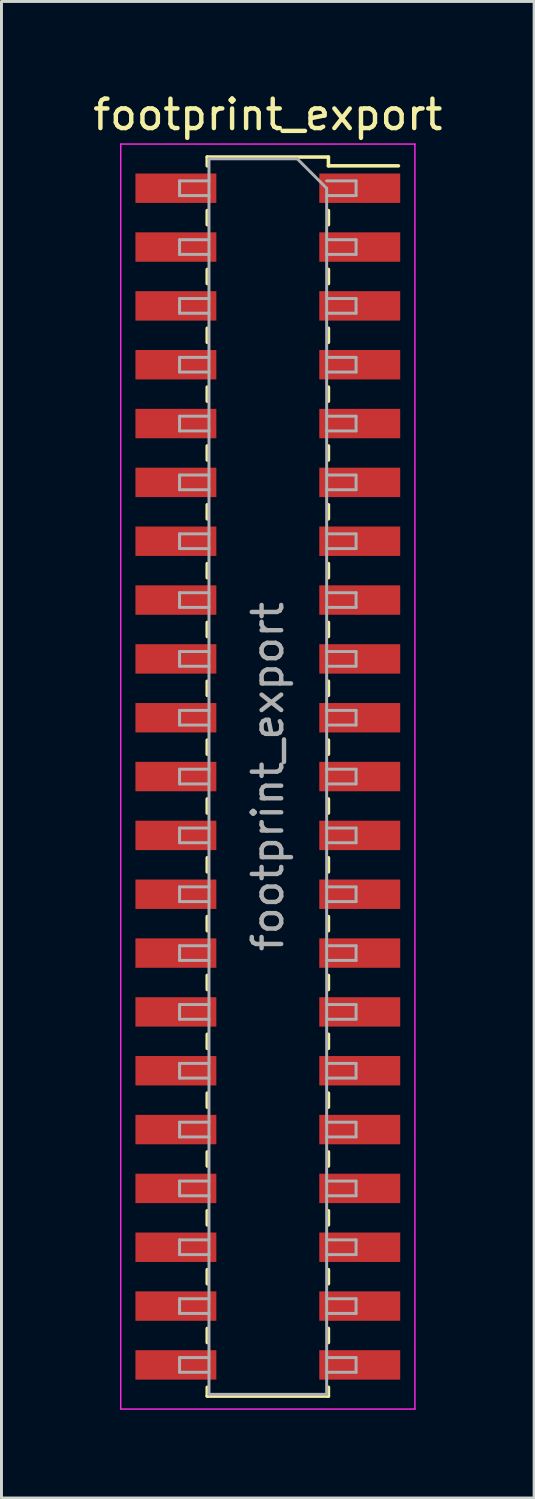
<source format=kicad_pcb>
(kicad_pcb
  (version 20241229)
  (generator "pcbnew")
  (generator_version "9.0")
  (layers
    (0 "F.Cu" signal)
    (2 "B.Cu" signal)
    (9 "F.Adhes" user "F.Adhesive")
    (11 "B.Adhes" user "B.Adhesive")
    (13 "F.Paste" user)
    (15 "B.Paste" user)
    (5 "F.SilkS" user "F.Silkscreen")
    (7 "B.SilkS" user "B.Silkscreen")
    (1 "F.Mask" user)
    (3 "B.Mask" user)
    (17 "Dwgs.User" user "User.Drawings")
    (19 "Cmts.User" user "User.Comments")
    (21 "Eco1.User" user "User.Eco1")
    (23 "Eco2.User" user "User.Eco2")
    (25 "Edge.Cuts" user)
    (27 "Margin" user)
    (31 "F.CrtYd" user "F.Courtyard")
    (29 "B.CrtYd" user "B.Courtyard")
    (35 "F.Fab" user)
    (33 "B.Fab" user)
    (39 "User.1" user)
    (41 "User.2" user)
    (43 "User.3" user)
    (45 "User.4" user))
  (footprint "footprint_export"
    (layer "F.Cu")
    (at 6.054 23.348)
    (property "Reference" "footprint_export" (at 0 -22.5 0) (layer "F.SilkS") (effects (font (size 1 1) (thickness 0.15))))
    (attr smd)
    (fp_line (start -2.06 -21.06) (end -2.06 -20.76) (stroke (width 0.12) (type solid)) (layer "F.SilkS"))
    (fp_line (start -2.06 -21.06) (end 2.06 -21.06) (stroke (width 0.12) (type solid)) (layer "F.SilkS"))
    (fp_line (start -2.06 -19.24) (end -2.06 -18.76) (stroke (width 0.12) (type solid)) (layer "F.SilkS"))
    (fp_line (start -2.06 -17.24) (end -2.06 -16.76) (stroke (width 0.12) (type solid)) (layer "F.SilkS"))
    (fp_line (start -2.06 -15.24) (end -2.06 -14.76) (stroke (width 0.12) (type solid)) (layer "F.SilkS"))
    (fp_line (start -2.06 -13.24) (end -2.06 -12.76) (stroke (width 0.12) (type solid)) (layer "F.SilkS"))
    (fp_line (start -2.06 -11.24) (end -2.06 -10.76) (stroke (width 0.12) (type solid)) (layer "F.SilkS"))
    (fp_line (start -2.06 -9.24) (end -2.06 -8.76) (stroke (width 0.12) (type solid)) (layer "F.SilkS"))
    (fp_line (start -2.06 -7.24) (end -2.06 -6.76) (stroke (width 0.12) (type solid)) (layer "F.SilkS"))
    (fp_line (start -2.06 -5.24) (end -2.06 -4.76) (stroke (width 0.12) (type solid)) (layer "F.SilkS"))
    (fp_line (start -2.06 -3.24) (end -2.06 -2.76) (stroke (width 0.12) (type solid)) (layer "F.SilkS"))
    (fp_line (start -2.06 -1.24) (end -2.06 -0.76) (stroke (width 0.12) (type solid)) (layer "F.SilkS"))
    (fp_line (start -2.06 0.76) (end -2.06 1.24) (stroke (width 0.12) (type solid)) (layer "F.SilkS"))
    (fp_line (start -2.06 2.76) (end -2.06 3.24) (stroke (width 0.12) (type solid)) (layer "F.SilkS"))
    (fp_line (start -2.06 4.76) (end -2.06 5.24) (stroke (width 0.12) (type solid)) (layer "F.SilkS"))
    (fp_line (start -2.06 6.76) (end -2.06 7.24) (stroke (width 0.12) (type solid)) (layer "F.SilkS"))
    (fp_line (start -2.06 8.76) (end -2.06 9.24) (stroke (width 0.12) (type solid)) (layer "F.SilkS"))
    (fp_line (start -2.06 10.76) (end -2.06 11.24) (stroke (width 0.12) (type solid)) (layer "F.SilkS"))
    (fp_line (start -2.06 12.76) (end -2.06 13.24) (stroke (width 0.12) (type solid)) (layer "F.SilkS"))
    (fp_line (start -2.06 14.76) (end -2.06 15.24) (stroke (width 0.12) (type solid)) (layer "F.SilkS"))
    (fp_line (start -2.06 16.76) (end -2.06 17.24) (stroke (width 0.12) (type solid)) (layer "F.SilkS"))
    (fp_line (start -2.06 18.76) (end -2.06 19.24) (stroke (width 0.12) (type solid)) (layer "F.SilkS"))
    (fp_line (start -2.06 20.76) (end -2.06 21.06) (stroke (width 0.12) (type solid)) (layer "F.SilkS"))
    (fp_line (start -2.06 21.06) (end 2.06 21.06) (stroke (width 0.12) (type solid)) (layer "F.SilkS"))
    (fp_line (start 2.06 -21.06) (end 2.06 -20.76) (stroke (width 0.12) (type solid)) (layer "F.SilkS"))
    (fp_line (start 2.06 -20.76) (end 4.44 -20.76) (stroke (width 0.12) (type solid)) (layer "F.SilkS"))
    (fp_line (start 2.06 -19.24) (end 2.06 -18.76) (stroke (width 0.12) (type solid)) (layer "F.SilkS"))
    (fp_line (start 2.06 -17.24) (end 2.06 -16.76) (stroke (width 0.12) (type solid)) (layer "F.SilkS"))
    (fp_line (start 2.06 -15.24) (end 2.06 -14.76) (stroke (width 0.12) (type solid)) (layer "F.SilkS"))
    (fp_line (start 2.06 -13.24) (end 2.06 -12.76) (stroke (width 0.12) (type solid)) (layer "F.SilkS"))
    (fp_line (start 2.06 -11.24) (end 2.06 -10.76) (stroke (width 0.12) (type solid)) (layer "F.SilkS"))
    (fp_line (start 2.06 -9.24) (end 2.06 -8.76) (stroke (width 0.12) (type solid)) (layer "F.SilkS"))
    (fp_line (start 2.06 -7.24) (end 2.06 -6.76) (stroke (width 0.12) (type solid)) (layer "F.SilkS"))
    (fp_line (start 2.06 -5.24) (end 2.06 -4.76) (stroke (width 0.12) (type solid)) (layer "F.SilkS"))
    (fp_line (start 2.06 -3.24) (end 2.06 -2.76) (stroke (width 0.12) (type solid)) (layer "F.SilkS"))
    (fp_line (start 2.06 -1.24) (end 2.06 -0.76) (stroke (width 0.12) (type solid)) (layer "F.SilkS"))
    (fp_line (start 2.06 0.76) (end 2.06 1.24) (stroke (width 0.12) (type solid)) (layer "F.SilkS"))
    (fp_line (start 2.06 2.76) (end 2.06 3.24) (stroke (width 0.12) (type solid)) (layer "F.SilkS"))
    (fp_line (start 2.06 4.76) (end 2.06 5.24) (stroke (width 0.12) (type solid)) (layer "F.SilkS"))
    (fp_line (start 2.06 6.76) (end 2.06 7.24) (stroke (width 0.12) (type solid)) (layer "F.SilkS"))
    (fp_line (start 2.06 8.76) (end 2.06 9.24) (stroke (width 0.12) (type solid)) (layer "F.SilkS"))
    (fp_line (start 2.06 10.76) (end 2.06 11.24) (stroke (width 0.12) (type solid)) (layer "F.SilkS"))
    (fp_line (start 2.06 12.76) (end 2.06 13.24) (stroke (width 0.12) (type solid)) (layer "F.SilkS"))
    (fp_line (start 2.06 14.76) (end 2.06 15.24) (stroke (width 0.12) (type solid)) (layer "F.SilkS"))
    (fp_line (start 2.06 16.76) (end 2.06 17.24) (stroke (width 0.12) (type solid)) (layer "F.SilkS"))
    (fp_line (start 2.06 18.76) (end 2.06 19.24) (stroke (width 0.12) (type solid)) (layer "F.SilkS"))
    (fp_line (start 2.06 20.76) (end 2.06 21.06) (stroke (width 0.12) (type solid)) (layer "F.SilkS"))
    (fp_line (start -5 -21.5) (end 5 -21.5) (stroke (width 0.05) (type solid)) (layer "F.CrtYd"))
    (fp_line (start -5 21.5) (end -5 -21.5) (stroke (width 0.05) (type solid)) (layer "F.CrtYd"))
    (fp_line (start 5 -21.5) (end 5 21.5) (stroke (width 0.05) (type solid)) (layer "F.CrtYd"))
    (fp_line (start 5 21.5) (end -5 21.5) (stroke (width 0.05) (type solid)) (layer "F.CrtYd"))
    (fp_line (start -3 -20.25) (end -2 -20.25) (stroke (width 0.1) (type solid)) (layer "F.Fab"))
    (fp_line (start -3 -19.75) (end -3 -20.25) (stroke (width 0.1) (type solid)) (layer "F.Fab"))
    (fp_line (start -3 -18.25) (end -2 -18.25) (stroke (width 0.1) (type solid)) (layer "F.Fab"))
    (fp_line (start -3 -17.75) (end -3 -18.25) (stroke (width 0.1) (type solid)) (layer "F.Fab"))
    (fp_line (start -3 -16.25) (end -2 -16.25) (stroke (width 0.1) (type solid)) (layer "F.Fab"))
    (fp_line (start -3 -15.75) (end -3 -16.25) (stroke (width 0.1) (type solid)) (layer "F.Fab"))
    (fp_line (start -3 -14.25) (end -2 -14.25) (stroke (width 0.1) (type solid)) (layer "F.Fab"))
    (fp_line (start -3 -13.75) (end -3 -14.25) (stroke (width 0.1) (type solid)) (layer "F.Fab"))
    (fp_line (start -3 -12.25) (end -2 -12.25) (stroke (width 0.1) (type solid)) (layer "F.Fab"))
    (fp_line (start -3 -11.75) (end -3 -12.25) (stroke (width 0.1) (type solid)) (layer "F.Fab"))
    (fp_line (start -3 -10.25) (end -2 -10.25) (stroke (width 0.1) (type solid)) (layer "F.Fab"))
    (fp_line (start -3 -9.75) (end -3 -10.25) (stroke (width 0.1) (type solid)) (layer "F.Fab"))
    (fp_line (start -3 -8.25) (end -2 -8.25) (stroke (width 0.1) (type solid)) (layer "F.Fab"))
    (fp_line (start -3 -7.75) (end -3 -8.25) (stroke (width 0.1) (type solid)) (layer "F.Fab"))
    (fp_line (start -3 -6.25) (end -2 -6.25) (stroke (width 0.1) (type solid)) (layer "F.Fab"))
    (fp_line (start -3 -5.75) (end -3 -6.25) (stroke (width 0.1) (type solid)) (layer "F.Fab"))
    (fp_line (start -3 -4.25) (end -2 -4.25) (stroke (width 0.1) (type solid)) (layer "F.Fab"))
    (fp_line (start -3 -3.75) (end -3 -4.25) (stroke (width 0.1) (type solid)) (layer "F.Fab"))
    (fp_line (start -3 -2.25) (end -2 -2.25) (stroke (width 0.1) (type solid)) (layer "F.Fab"))
    (fp_line (start -3 -1.75) (end -3 -2.25) (stroke (width 0.1) (type solid)) (layer "F.Fab"))
    (fp_line (start -3 -0.25) (end -2 -0.25) (stroke (width 0.1) (type solid)) (layer "F.Fab"))
    (fp_line (start -3 0.25) (end -3 -0.25) (stroke (width 0.1) (type solid)) (layer "F.Fab"))
    (fp_line (start -3 1.75) (end -2 1.75) (stroke (width 0.1) (type solid)) (layer "F.Fab"))
    (fp_line (start -3 2.25) (end -3 1.75) (stroke (width 0.1) (type solid)) (layer "F.Fab"))
    (fp_line (start -3 3.75) (end -2 3.75) (stroke (width 0.1) (type solid)) (layer "F.Fab"))
    (fp_line (start -3 4.25) (end -3 3.75) (stroke (width 0.1) (type solid)) (layer "F.Fab"))
    (fp_line (start -3 5.75) (end -2 5.75) (stroke (width 0.1) (type solid)) (layer "F.Fab"))
    (fp_line (start -3 6.25) (end -3 5.75) (stroke (width 0.1) (type solid)) (layer "F.Fab"))
    (fp_line (start -3 7.75) (end -2 7.75) (stroke (width 0.1) (type solid)) (layer "F.Fab"))
    (fp_line (start -3 8.25) (end -3 7.75) (stroke (width 0.1) (type solid)) (layer "F.Fab"))
    (fp_line (start -3 9.75) (end -2 9.75) (stroke (width 0.1) (type solid)) (layer "F.Fab"))
    (fp_line (start -3 10.25) (end -3 9.75) (stroke (width 0.1) (type solid)) (layer "F.Fab"))
    (fp_line (start -3 11.75) (end -2 11.75) (stroke (width 0.1) (type solid)) (layer "F.Fab"))
    (fp_line (start -3 12.25) (end -3 11.75) (stroke (width 0.1) (type solid)) (layer "F.Fab"))
    (fp_line (start -3 13.75) (end -2 13.75) (stroke (width 0.1) (type solid)) (layer "F.Fab"))
    (fp_line (start -3 14.25) (end -3 13.75) (stroke (width 0.1) (type solid)) (layer "F.Fab"))
    (fp_line (start -3 15.75) (end -2 15.75) (stroke (width 0.1) (type solid)) (layer "F.Fab"))
    (fp_line (start -3 16.25) (end -3 15.75) (stroke (width 0.1) (type solid)) (layer "F.Fab"))
    (fp_line (start -3 17.75) (end -2 17.75) (stroke (width 0.1) (type solid)) (layer "F.Fab"))
    (fp_line (start -3 18.25) (end -3 17.75) (stroke (width 0.1) (type solid)) (layer "F.Fab"))
    (fp_line (start -3 19.75) (end -2 19.75) (stroke (width 0.1) (type solid)) (layer "F.Fab"))
    (fp_line (start -3 20.25) (end -3 19.75) (stroke (width 0.1) (type solid)) (layer "F.Fab"))
    (fp_line (start -2 -21) (end 1 -21) (stroke (width 0.1) (type solid)) (layer "F.Fab"))
    (fp_line (start -2 -19.75) (end -3 -19.75) (stroke (width 0.1) (type solid)) (layer "F.Fab"))
    (fp_line (start -2 -17.75) (end -3 -17.75) (stroke (width 0.1) (type solid)) (layer "F.Fab"))
    (fp_line (start -2 -15.75) (end -3 -15.75) (stroke (width 0.1) (type solid)) (layer "F.Fab"))
    (fp_line (start -2 -13.75) (end -3 -13.75) (stroke (width 0.1) (type solid)) (layer "F.Fab"))
    (fp_line (start -2 -11.75) (end -3 -11.75) (stroke (width 0.1) (type solid)) (layer "F.Fab"))
    (fp_line (start -2 -9.75) (end -3 -9.75) (stroke (width 0.1) (type solid)) (layer "F.Fab"))
    (fp_line (start -2 -7.75) (end -3 -7.75) (stroke (width 0.1) (type solid)) (layer "F.Fab"))
    (fp_line (start -2 -5.75) (end -3 -5.75) (stroke (width 0.1) (type solid)) (layer "F.Fab"))
    (fp_line (start -2 -3.75) (end -3 -3.75) (stroke (width 0.1) (type solid)) (layer "F.Fab"))
    (fp_line (start -2 -1.75) (end -3 -1.75) (stroke (width 0.1) (type solid)) (layer "F.Fab"))
    (fp_line (start -2 0.25) (end -3 0.25) (stroke (width 0.1) (type solid)) (layer "F.Fab"))
    (fp_line (start -2 2.25) (end -3 2.25) (stroke (width 0.1) (type solid)) (layer "F.Fab"))
    (fp_line (start -2 4.25) (end -3 4.25) (stroke (width 0.1) (type solid)) (layer "F.Fab"))
    (fp_line (start -2 6.25) (end -3 6.25) (stroke (width 0.1) (type solid)) (layer "F.Fab"))
    (fp_line (start -2 8.25) (end -3 8.25) (stroke (width 0.1) (type solid)) (layer "F.Fab"))
    (fp_line (start -2 10.25) (end -3 10.25) (stroke (width 0.1) (type solid)) (layer "F.Fab"))
    (fp_line (start -2 12.25) (end -3 12.25) (stroke (width 0.1) (type solid)) (layer "F.Fab"))
    (fp_line (start -2 14.25) (end -3 14.25) (stroke (width 0.1) (type solid)) (layer "F.Fab"))
    (fp_line (start -2 16.25) (end -3 16.25) (stroke (width 0.1) (type solid)) (layer "F.Fab"))
    (fp_line (start -2 18.25) (end -3 18.25) (stroke (width 0.1) (type solid)) (layer "F.Fab"))
    (fp_line (start -2 20.25) (end -3 20.25) (stroke (width 0.1) (type solid)) (layer "F.Fab"))
    (fp_line (start -2 21) (end -2 -21) (stroke (width 0.1) (type solid)) (layer "F.Fab"))
    (fp_line (start 1 -21) (end 2 -20) (stroke (width 0.1) (type solid)) (layer "F.Fab"))
    (fp_line (start 2 -20.25) (end 3 -20.25) (stroke (width 0.1) (type solid)) (layer "F.Fab"))
    (fp_line (start 2 -20) (end 2 21) (stroke (width 0.1) (type solid)) (layer "F.Fab"))
    (fp_line (start 2 -18.25) (end 3 -18.25) (stroke (width 0.1) (type solid)) (layer "F.Fab"))
    (fp_line (start 2 -16.25) (end 3 -16.25) (stroke (width 0.1) (type solid)) (layer "F.Fab"))
    (fp_line (start 2 -14.25) (end 3 -14.25) (stroke (width 0.1) (type solid)) (layer "F.Fab"))
    (fp_line (start 2 -12.25) (end 3 -12.25) (stroke (width 0.1) (type solid)) (layer "F.Fab"))
    (fp_line (start 2 -10.25) (end 3 -10.25) (stroke (width 0.1) (type solid)) (layer "F.Fab"))
    (fp_line (start 2 -8.25) (end 3 -8.25) (stroke (width 0.1) (type solid)) (layer "F.Fab"))
    (fp_line (start 2 -6.25) (end 3 -6.25) (stroke (width 0.1) (type solid)) (layer "F.Fab"))
    (fp_line (start 2 -4.25) (end 3 -4.25) (stroke (width 0.1) (type solid)) (layer "F.Fab"))
    (fp_line (start 2 -2.25) (end 3 -2.25) (stroke (width 0.1) (type solid)) (layer "F.Fab"))
    (fp_line (start 2 -0.25) (end 3 -0.25) (stroke (width 0.1) (type solid)) (layer "F.Fab"))
    (fp_line (start 2 1.75) (end 3 1.75) (stroke (width 0.1) (type solid)) (layer "F.Fab"))
    (fp_line (start 2 3.75) (end 3 3.75) (stroke (width 0.1) (type solid)) (layer "F.Fab"))
    (fp_line (start 2 5.75) (end 3 5.75) (stroke (width 0.1) (type solid)) (layer "F.Fab"))
    (fp_line (start 2 7.75) (end 3 7.75) (stroke (width 0.1) (type solid)) (layer "F.Fab"))
    (fp_line (start 2 9.75) (end 3 9.75) (stroke (width 0.1) (type solid)) (layer "F.Fab"))
    (fp_line (start 2 11.75) (end 3 11.75) (stroke (width 0.1) (type solid)) (layer "F.Fab"))
    (fp_line (start 2 13.75) (end 3 13.75) (stroke (width 0.1) (type solid)) (layer "F.Fab"))
    (fp_line (start 2 15.75) (end 3 15.75) (stroke (width 0.1) (type solid)) (layer "F.Fab"))
    (fp_line (start 2 17.75) (end 3 17.75) (stroke (width 0.1) (type solid)) (layer "F.Fab"))
    (fp_line (start 2 19.75) (end 3 19.75) (stroke (width 0.1) (type solid)) (layer "F.Fab"))
    (fp_line (start 2 21) (end -2 21) (stroke (width 0.1) (type solid)) (layer "F.Fab"))
    (fp_line (start 3 -20.25) (end 3 -19.75) (stroke (width 0.1) (type solid)) (layer "F.Fab"))
    (fp_line (start 3 -19.75) (end 2 -19.75) (stroke (width 0.1) (type solid)) (layer "F.Fab"))
    (fp_line (start 3 -18.25) (end 3 -17.75) (stroke (width 0.1) (type solid)) (layer "F.Fab"))
    (fp_line (start 3 -17.75) (end 2 -17.75) (stroke (width 0.1) (type solid)) (layer "F.Fab"))
    (fp_line (start 3 -16.25) (end 3 -15.75) (stroke (width 0.1) (type solid)) (layer "F.Fab"))
    (fp_line (start 3 -15.75) (end 2 -15.75) (stroke (width 0.1) (type solid)) (layer "F.Fab"))
    (fp_line (start 3 -14.25) (end 3 -13.75) (stroke (width 0.1) (type solid)) (layer "F.Fab"))
    (fp_line (start 3 -13.75) (end 2 -13.75) (stroke (width 0.1) (type solid)) (layer "F.Fab"))
    (fp_line (start 3 -12.25) (end 3 -11.75) (stroke (width 0.1) (type solid)) (layer "F.Fab"))
    (fp_line (start 3 -11.75) (end 2 -11.75) (stroke (width 0.1) (type solid)) (layer "F.Fab"))
    (fp_line (start 3 -10.25) (end 3 -9.75) (stroke (width 0.1) (type solid)) (layer "F.Fab"))
    (fp_line (start 3 -9.75) (end 2 -9.75) (stroke (width 0.1) (type solid)) (layer "F.Fab"))
    (fp_line (start 3 -8.25) (end 3 -7.75) (stroke (width 0.1) (type solid)) (layer "F.Fab"))
    (fp_line (start 3 -7.75) (end 2 -7.75) (stroke (width 0.1) (type solid)) (layer "F.Fab"))
    (fp_line (start 3 -6.25) (end 3 -5.75) (stroke (width 0.1) (type solid)) (layer "F.Fab"))
    (fp_line (start 3 -5.75) (end 2 -5.75) (stroke (width 0.1) (type solid)) (layer "F.Fab"))
    (fp_line (start 3 -4.25) (end 3 -3.75) (stroke (width 0.1) (type solid)) (layer "F.Fab"))
    (fp_line (start 3 -3.75) (end 2 -3.75) (stroke (width 0.1) (type solid)) (layer "F.Fab"))
    (fp_line (start 3 -2.25) (end 3 -1.75) (stroke (width 0.1) (type solid)) (layer "F.Fab"))
    (fp_line (start 3 -1.75) (end 2 -1.75) (stroke (width 0.1) (type solid)) (layer "F.Fab"))
    (fp_line (start 3 -0.25) (end 3 0.25) (stroke (width 0.1) (type solid)) (layer "F.Fab"))
    (fp_line (start 3 0.25) (end 2 0.25) (stroke (width 0.1) (type solid)) (layer "F.Fab"))
    (fp_line (start 3 1.75) (end 3 2.25) (stroke (width 0.1) (type solid)) (layer "F.Fab"))
    (fp_line (start 3 2.25) (end 2 2.25) (stroke (width 0.1) (type solid)) (layer "F.Fab"))
    (fp_line (start 3 3.75) (end 3 4.25) (stroke (width 0.1) (type solid)) (layer "F.Fab"))
    (fp_line (start 3 4.25) (end 2 4.25) (stroke (width 0.1) (type solid)) (layer "F.Fab"))
    (fp_line (start 3 5.75) (end 3 6.25) (stroke (width 0.1) (type solid)) (layer "F.Fab"))
    (fp_line (start 3 6.25) (end 2 6.25) (stroke (width 0.1) (type solid)) (layer "F.Fab"))
    (fp_line (start 3 7.75) (end 3 8.25) (stroke (width 0.1) (type solid)) (layer "F.Fab"))
    (fp_line (start 3 8.25) (end 2 8.25) (stroke (width 0.1) (type solid)) (layer "F.Fab"))
    (fp_line (start 3 9.75) (end 3 10.25) (stroke (width 0.1) (type solid)) (layer "F.Fab"))
    (fp_line (start 3 10.25) (end 2 10.25) (stroke (width 0.1) (type solid)) (layer "F.Fab"))
    (fp_line (start 3 11.75) (end 3 12.25) (stroke (width 0.1) (type solid)) (layer "F.Fab"))
    (fp_line (start 3 12.25) (end 2 12.25) (stroke (width 0.1) (type solid)) (layer "F.Fab"))
    (fp_line (start 3 13.75) (end 3 14.25) (stroke (width 0.1) (type solid)) (layer "F.Fab"))
    (fp_line (start 3 14.25) (end 2 14.25) (stroke (width 0.1) (type solid)) (layer "F.Fab"))
    (fp_line (start 3 15.75) (end 3 16.25) (stroke (width 0.1) (type solid)) (layer "F.Fab"))
    (fp_line (start 3 16.25) (end 2 16.25) (stroke (width 0.1) (type solid)) (layer "F.Fab"))
    (fp_line (start 3 17.75) (end 3 18.25) (stroke (width 0.1) (type solid)) (layer "F.Fab"))
    (fp_line (start 3 18.25) (end 2 18.25) (stroke (width 0.1) (type solid)) (layer "F.Fab"))
    (fp_line (start 3 19.75) (end 3 20.25) (stroke (width 0.1) (type solid)) (layer "F.Fab"))
    (fp_line (start 3 20.25) (end 2 20.25) (stroke (width 0.1) (type solid)) (layer "F.Fab"))
    (fp_text user "${REFERENCE}" (at 0 0 90) (layer "F.Fab") (effects (font (size 1 1) (thickness 0.15))))
    (pad "1" smd rect (at 3.125 -20) (size 2.75 1) (layers "F.Cu" "F.Mask" "F.Paste"))
    (pad "2" smd rect (at -3.125 -20) (size 2.75 1) (layers "F.Cu" "F.Mask" "F.Paste"))
    (pad "3" smd rect (at 3.125 -18) (size 2.75 1) (layers "F.Cu" "F.Mask" "F.Paste"))
    (pad "4" smd rect (at -3.125 -18) (size 2.75 1) (layers "F.Cu" "F.Mask" "F.Paste"))
    (pad "5" smd rect (at 3.125 -16) (size 2.75 1) (layers "F.Cu" "F.Mask" "F.Paste"))
    (pad "6" smd rect (at -3.125 -16) (size 2.75 1) (layers "F.Cu" "F.Mask" "F.Paste"))
    (pad "7" smd rect (at 3.125 -14) (size 2.75 1) (layers "F.Cu" "F.Mask" "F.Paste"))
    (pad "8" smd rect (at -3.125 -14) (size 2.75 1) (layers "F.Cu" "F.Mask" "F.Paste"))
    (pad "9" smd rect (at 3.125 -12) (size 2.75 1) (layers "F.Cu" "F.Mask" "F.Paste"))
    (pad "10" smd rect (at -3.125 -12) (size 2.75 1) (layers "F.Cu" "F.Mask" "F.Paste"))
    (pad "11" smd rect (at 3.125 -10) (size 2.75 1) (layers "F.Cu" "F.Mask" "F.Paste"))
    (pad "12" smd rect (at -3.125 -10) (size 2.75 1) (layers "F.Cu" "F.Mask" "F.Paste"))
    (pad "13" smd rect (at 3.125 -8) (size 2.75 1) (layers "F.Cu" "F.Mask" "F.Paste"))
    (pad "14" smd rect (at -3.125 -8) (size 2.75 1) (layers "F.Cu" "F.Mask" "F.Paste"))
    (pad "15" smd rect (at 3.125 -6) (size 2.75 1) (layers "F.Cu" "F.Mask" "F.Paste"))
    (pad "16" smd rect (at -3.125 -6) (size 2.75 1) (layers "F.Cu" "F.Mask" "F.Paste"))
    (pad "17" smd rect (at 3.125 -4) (size 2.75 1) (layers "F.Cu" "F.Mask" "F.Paste"))
    (pad "18" smd rect (at -3.125 -4) (size 2.75 1) (layers "F.Cu" "F.Mask" "F.Paste"))
    (pad "19" smd rect (at 3.125 -2) (size 2.75 1) (layers "F.Cu" "F.Mask" "F.Paste"))
    (pad "20" smd rect (at -3.125 -2) (size 2.75 1) (layers "F.Cu" "F.Mask" "F.Paste"))
    (pad "21" smd rect (at 3.125 0) (size 2.75 1) (layers "F.Cu" "F.Mask" "F.Paste"))
    (pad "22" smd rect (at -3.125 0) (size 2.75 1) (layers "F.Cu" "F.Mask" "F.Paste"))
    (pad "23" smd rect (at 3.125 2) (size 2.75 1) (layers "F.Cu" "F.Mask" "F.Paste"))
    (pad "24" smd rect (at -3.125 2) (size 2.75 1) (layers "F.Cu" "F.Mask" "F.Paste"))
    (pad "25" smd rect (at 3.125 4) (size 2.75 1) (layers "F.Cu" "F.Mask" "F.Paste"))
    (pad "26" smd rect (at -3.125 4) (size 2.75 1) (layers "F.Cu" "F.Mask" "F.Paste"))
    (pad "27" smd rect (at 3.125 6) (size 2.75 1) (layers "F.Cu" "F.Mask" "F.Paste"))
    (pad "28" smd rect (at -3.125 6) (size 2.75 1) (layers "F.Cu" "F.Mask" "F.Paste"))
    (pad "29" smd rect (at 3.125 8) (size 2.75 1) (layers "F.Cu" "F.Mask" "F.Paste"))
    (pad "30" smd rect (at -3.125 8) (size 2.75 1) (layers "F.Cu" "F.Mask" "F.Paste"))
    (pad "31" smd rect (at 3.125 10) (size 2.75 1) (layers "F.Cu" "F.Mask" "F.Paste"))
    (pad "32" smd rect (at -3.125 10) (size 2.75 1) (layers "F.Cu" "F.Mask" "F.Paste"))
    (pad "33" smd rect (at 3.125 12) (size 2.75 1) (layers "F.Cu" "F.Mask" "F.Paste"))
    (pad "34" smd rect (at -3.125 12) (size 2.75 1) (layers "F.Cu" "F.Mask" "F.Paste"))
    (pad "35" smd rect (at 3.125 14) (size 2.75 1) (layers "F.Cu" "F.Mask" "F.Paste"))
    (pad "36" smd rect (at -3.125 14) (size 2.75 1) (layers "F.Cu" "F.Mask" "F.Paste"))
    (pad "37" smd rect (at 3.125 16) (size 2.75 1) (layers "F.Cu" "F.Mask" "F.Paste"))
    (pad "38" smd rect (at -3.125 16) (size 2.75 1) (layers "F.Cu" "F.Mask" "F.Paste"))
    (pad "39" smd rect (at 3.125 18) (size 2.75 1) (layers "F.Cu" "F.Mask" "F.Paste"))
    (pad "40" smd rect (at -3.125 18) (size 2.75 1) (layers "F.Cu" "F.Mask" "F.Paste"))
    (pad "41" smd rect (at 3.125 20) (size 2.75 1) (layers "F.Cu" "F.Mask" "F.Paste"))
    (pad "42" smd rect (at -3.125 20) (size 2.75 1) (layers "F.Cu" "F.Mask" "F.Paste")))
  (gr_rect
    (start -3 -3)
    (end 15.107 47.873)
    (stroke (width 0.1) (type default))
    (fill no)
    (layer "Edge.Cuts")))
</source>
